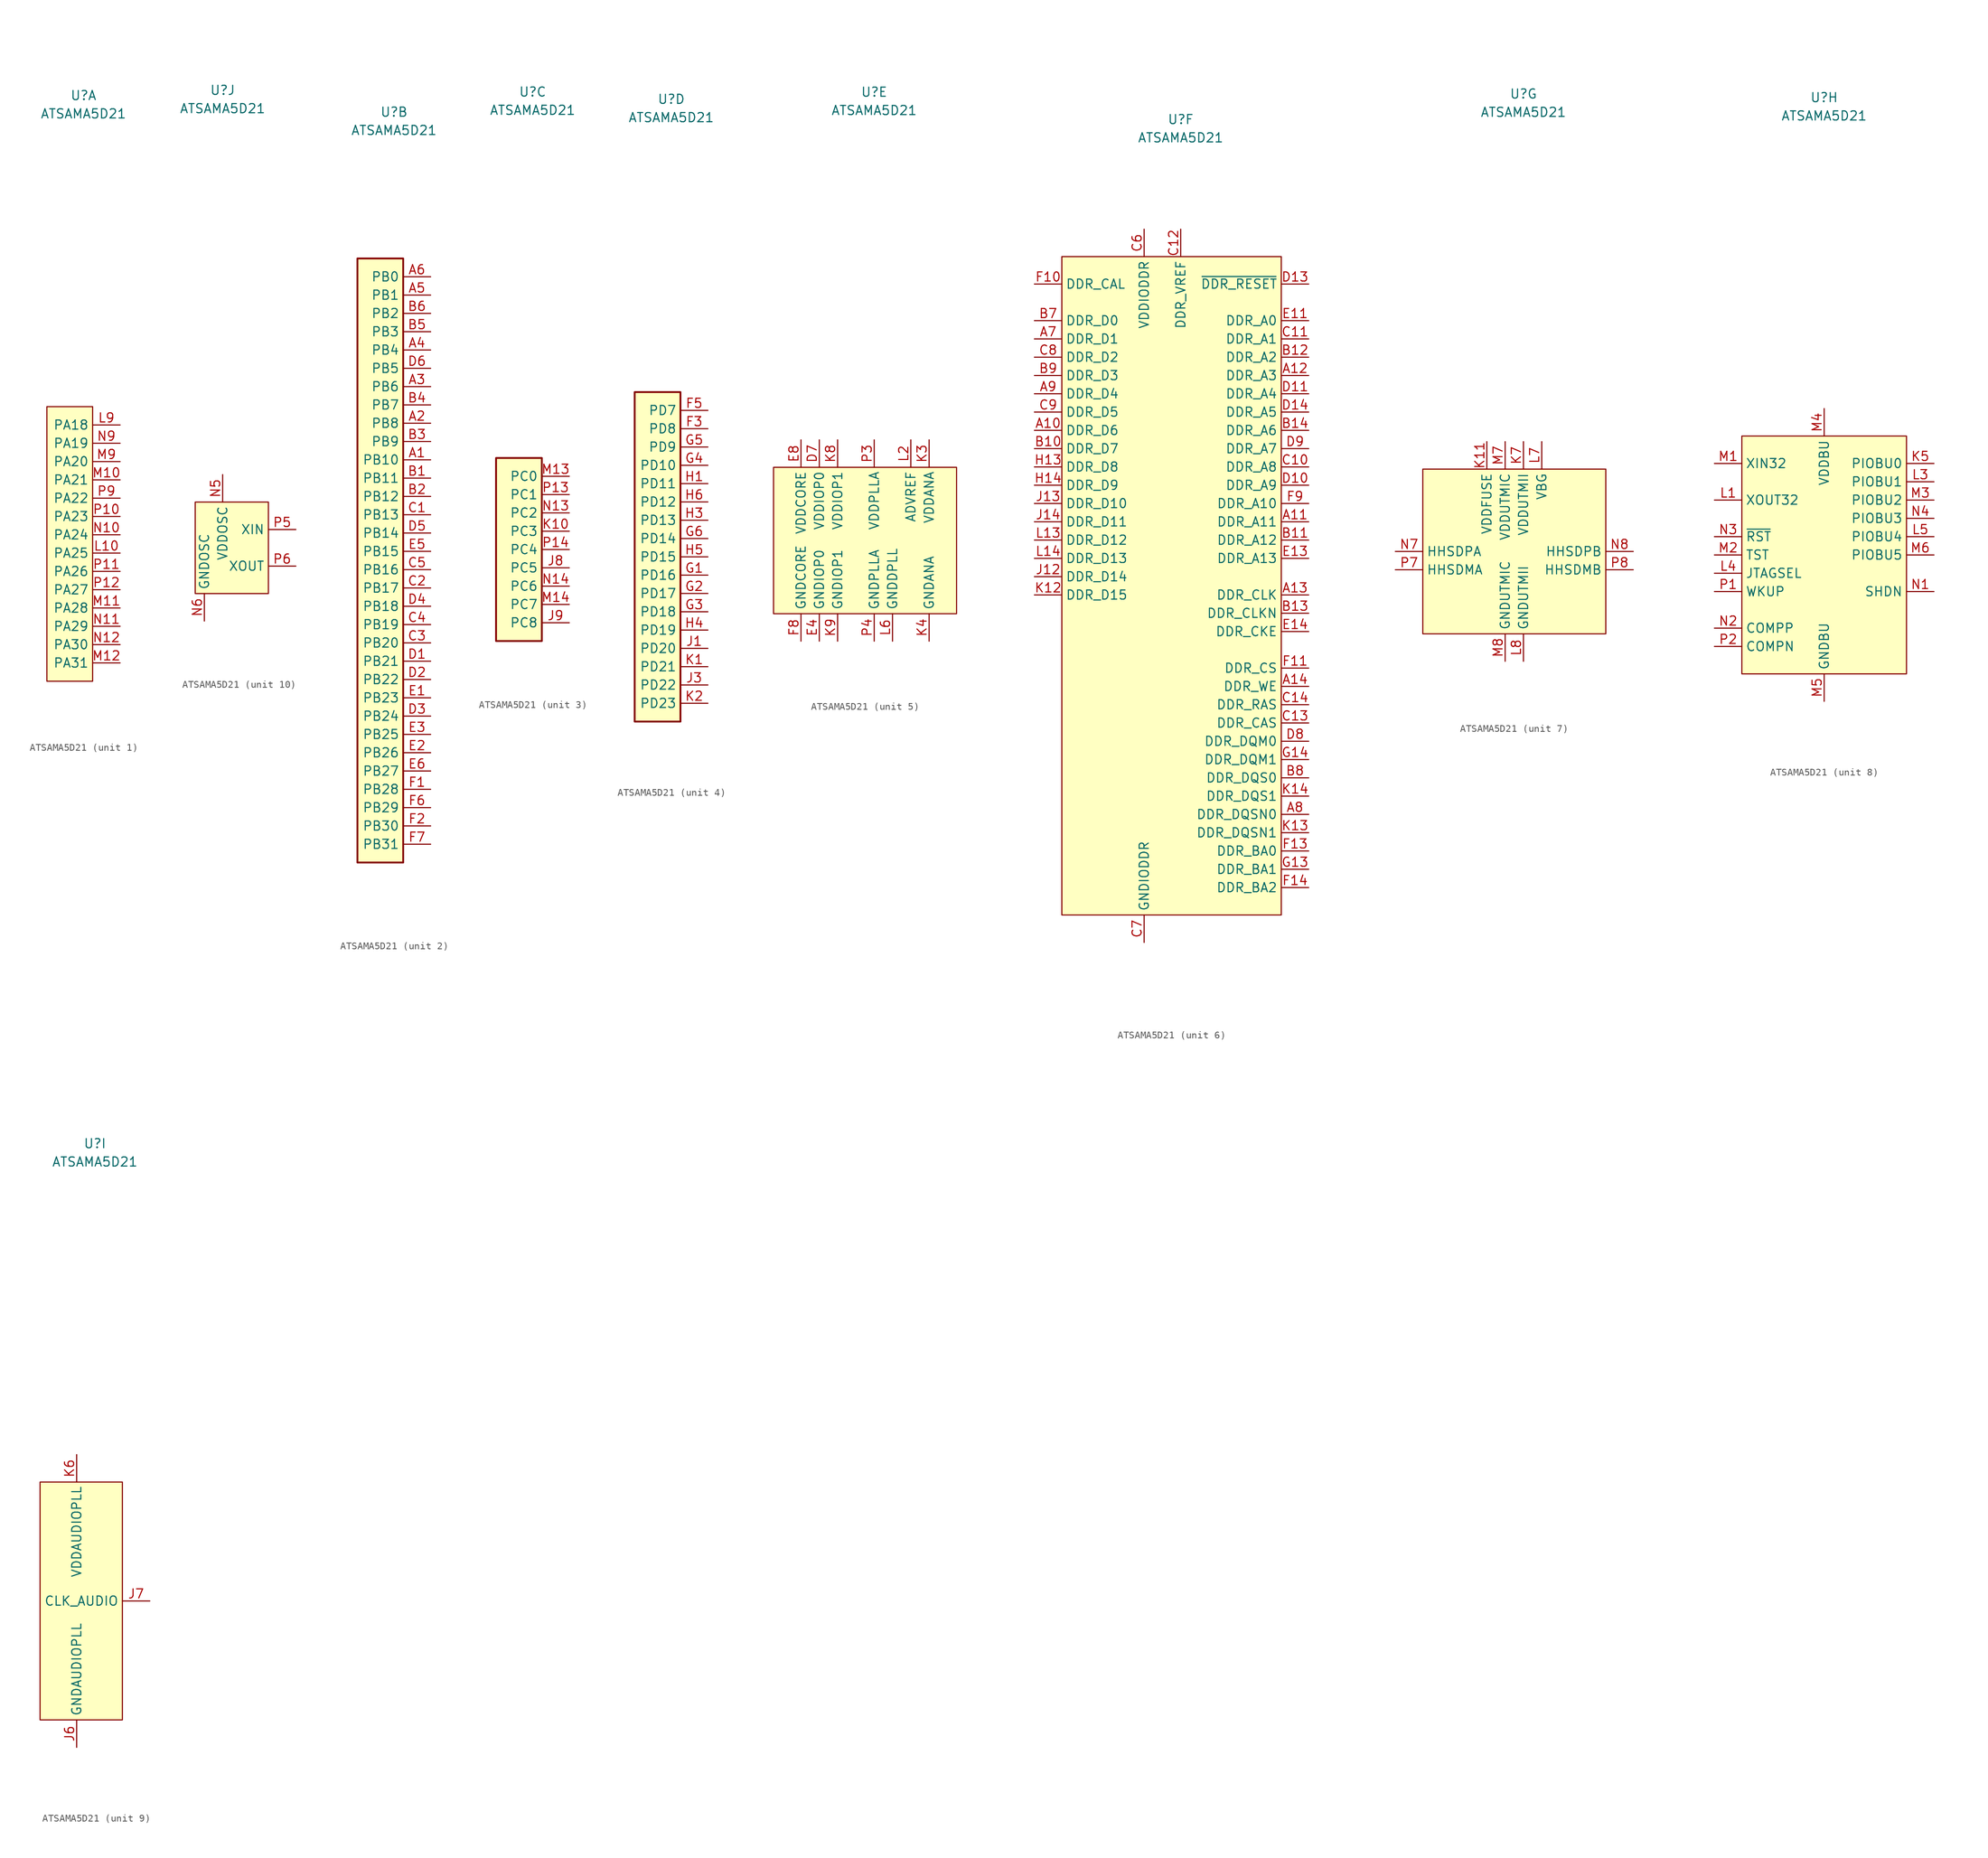
<source format=kicad_sym>
(kicad_symbol_lib
  (version 20211014)
  (generator kicad_symbol_editor)
  (symbol "ATSAMA5D21"
    (property "Reference" "U"
      (at 0 63.5 0)
      (effects (font (size 1.27 1.27))))
    (property "Value" "ATSAMA5D21"
      (at 0 60.96 0)
      (effects (font (size 1.27 1.27))))
    (property "ki_locked" ""
      (at 0 0 0)
      (effects (font (size 1.27 1.27))))
    (symbol "ATSAMA5D21_1_1"
      (rectangle (start 1.27 20.32) (end -5.08 -17.78) (stroke (width 0) (type default) (color 0 0 0 0)) (fill (type background)))
      (pin bidirectional line (at 5.08 0 180) (length 3.81) (name "PA25" (effects (font (size 1.27 1.27)))) (number "L10" (effects (font (size 1.27 1.27)))))
      (pin bidirectional line (at 5.08 17.78 180) (length 3.81) (name "PA18" (effects (font (size 1.27 1.27)))) (number "L9" (effects (font (size 1.27 1.27)))))
      (pin bidirectional line (at 5.08 10.16 180) (length 3.81) (name "PA21" (effects (font (size 1.27 1.27)))) (number "M10" (effects (font (size 1.27 1.27)))))
      (pin bidirectional line (at 5.08 -7.62 180) (length 3.81) (name "PA28" (effects (font (size 1.27 1.27)))) (number "M11" (effects (font (size 1.27 1.27)))))
      (pin bidirectional line (at 5.08 -15.24 180) (length 3.81) (name "PA31" (effects (font (size 1.27 1.27)))) (number "M12" (effects (font (size 1.27 1.27)))))
      (pin bidirectional line (at 5.08 12.7 180) (length 3.81) (name "PA20" (effects (font (size 1.27 1.27)))) (number "M9" (effects (font (size 1.27 1.27)))))
      (pin bidirectional line (at 5.08 2.54 180) (length 3.81) (name "PA24" (effects (font (size 1.27 1.27)))) (number "N10" (effects (font (size 1.27 1.27)))))
      (pin bidirectional line (at 5.08 -10.16 180) (length 3.81) (name "PA29" (effects (font (size 1.27 1.27)))) (number "N11" (effects (font (size 1.27 1.27)))))
      (pin bidirectional line (at 5.08 -12.7 180) (length 3.81) (name "PA30" (effects (font (size 1.27 1.27)))) (number "N12" (effects (font (size 1.27 1.27)))))
      (pin bidirectional line (at 5.08 15.24 180) (length 3.81) (name "PA19" (effects (font (size 1.27 1.27)))) (number "N9" (effects (font (size 1.27 1.27)))))
      (pin bidirectional line (at 5.08 5.08 180) (length 3.81) (name "PA23" (effects (font (size 1.27 1.27)))) (number "P10" (effects (font (size 1.27 1.27)))))
      (pin bidirectional line (at 5.08 -2.54 180) (length 3.81) (name "PA26" (effects (font (size 1.27 1.27)))) (number "P11" (effects (font (size 1.27 1.27)))))
      (pin bidirectional line (at 5.08 -5.08 180) (length 3.81) (name "PA27" (effects (font (size 1.27 1.27)))) (number "P12" (effects (font (size 1.27 1.27)))))
      (pin bidirectional line (at 5.08 7.62 180) (length 3.81) (name "PA22" (effects (font (size 1.27 1.27)))) (number "P9" (effects (font (size 1.27 1.27))))))
    (symbol "ATSAMA5D21_2_1"
      (rectangle (start -5.08 43.18) (end 1.27 -40.64) (stroke (width 0.254) (type default) (color 0 0 0 0)) (fill (type background)))
      (pin bidirectional line (at 5.08 15.24 180) (length 3.81) (name "PB10" (effects (font (size 1.27 1.27)))) (number "A1" (effects (font (size 1.27 1.27)))))
      (pin bidirectional line (at 5.08 20.32 180) (length 3.81) (name "PB8" (effects (font (size 1.27 1.27)))) (number "A2" (effects (font (size 1.27 1.27)))))
      (pin bidirectional line (at 5.08 25.4 180) (length 3.81) (name "PB6" (effects (font (size 1.27 1.27)))) (number "A3" (effects (font (size 1.27 1.27)))))
      (pin bidirectional line (at 5.08 30.48 180) (length 3.81) (name "PB4" (effects (font (size 1.27 1.27)))) (number "A4" (effects (font (size 1.27 1.27)))))
      (pin bidirectional line (at 5.08 38.1 180) (length 3.81) (name "PB1" (effects (font (size 1.27 1.27)))) (number "A5" (effects (font (size 1.27 1.27)))))
      (pin bidirectional line (at 5.08 40.64 180) (length 3.81) (name "PB0" (effects (font (size 1.27 1.27)))) (number "A6" (effects (font (size 1.27 1.27)))))
      (pin bidirectional line (at 5.08 12.7 180) (length 3.81) (name "PB11" (effects (font (size 1.27 1.27)))) (number "B1" (effects (font (size 1.27 1.27)))))
      (pin bidirectional line (at 5.08 10.16 180) (length 3.81) (name "PB12" (effects (font (size 1.27 1.27)))) (number "B2" (effects (font (size 1.27 1.27)))))
      (pin bidirectional line (at 5.08 17.78 180) (length 3.81) (name "PB9" (effects (font (size 1.27 1.27)))) (number "B3" (effects (font (size 1.27 1.27)))))
      (pin bidirectional line (at 5.08 22.86 180) (length 3.81) (name "PB7" (effects (font (size 1.27 1.27)))) (number "B4" (effects (font (size 1.27 1.27)))))
      (pin bidirectional line (at 5.08 33.02 180) (length 3.81) (name "PB3" (effects (font (size 1.27 1.27)))) (number "B5" (effects (font (size 1.27 1.27)))))
      (pin bidirectional line (at 5.08 35.56 180) (length 3.81) (name "PB2" (effects (font (size 1.27 1.27)))) (number "B6" (effects (font (size 1.27 1.27)))))
      (pin bidirectional line (at 5.08 7.62 180) (length 3.81) (name "PB13" (effects (font (size 1.27 1.27)))) (number "C1" (effects (font (size 1.27 1.27)))))
      (pin bidirectional line (at 5.08 -2.54 180) (length 3.81) (name "PB17" (effects (font (size 1.27 1.27)))) (number "C2" (effects (font (size 1.27 1.27)))))
      (pin bidirectional line (at 5.08 -10.16 180) (length 3.81) (name "PB20" (effects (font (size 1.27 1.27)))) (number "C3" (effects (font (size 1.27 1.27)))))
      (pin bidirectional line (at 5.08 -7.62 180) (length 3.81) (name "PB19" (effects (font (size 1.27 1.27)))) (number "C4" (effects (font (size 1.27 1.27)))))
      (pin bidirectional line (at 5.08 0 180) (length 3.81) (name "PB16" (effects (font (size 1.27 1.27)))) (number "C5" (effects (font (size 1.27 1.27)))))
      (pin bidirectional line (at 5.08 -12.7 180) (length 3.81) (name "PB21" (effects (font (size 1.27 1.27)))) (number "D1" (effects (font (size 1.27 1.27)))))
      (pin bidirectional line (at 5.08 -15.24 180) (length 3.81) (name "PB22" (effects (font (size 1.27 1.27)))) (number "D2" (effects (font (size 1.27 1.27)))))
      (pin bidirectional line (at 5.08 -20.32 180) (length 3.81) (name "PB24" (effects (font (size 1.27 1.27)))) (number "D3" (effects (font (size 1.27 1.27)))))
      (pin bidirectional line (at 5.08 -5.08 180) (length 3.81) (name "PB18" (effects (font (size 1.27 1.27)))) (number "D4" (effects (font (size 1.27 1.27)))))
      (pin bidirectional line (at 5.08 5.08 180) (length 3.81) (name "PB14" (effects (font (size 1.27 1.27)))) (number "D5" (effects (font (size 1.27 1.27)))))
      (pin bidirectional line (at 5.08 27.94 180) (length 3.81) (name "PB5" (effects (font (size 1.27 1.27)))) (number "D6" (effects (font (size 1.27 1.27)))))
      (pin bidirectional line (at 5.08 -17.78 180) (length 3.81) (name "PB23" (effects (font (size 1.27 1.27)))) (number "E1" (effects (font (size 1.27 1.27)))))
      (pin bidirectional line (at 5.08 -25.4 180) (length 3.81) (name "PB26" (effects (font (size 1.27 1.27)))) (number "E2" (effects (font (size 1.27 1.27)))))
      (pin bidirectional line (at 5.08 -22.86 180) (length 3.81) (name "PB25" (effects (font (size 1.27 1.27)))) (number "E3" (effects (font (size 1.27 1.27)))))
      (pin bidirectional line (at 5.08 2.54 180) (length 3.81) (name "PB15" (effects (font (size 1.27 1.27)))) (number "E5" (effects (font (size 1.27 1.27)))))
      (pin bidirectional line (at 5.08 -27.94 180) (length 3.81) (name "PB27" (effects (font (size 1.27 1.27)))) (number "E6" (effects (font (size 1.27 1.27)))))
      (pin bidirectional line (at 5.08 -30.48 180) (length 3.81) (name "PB28" (effects (font (size 1.27 1.27)))) (number "F1" (effects (font (size 1.27 1.27)))))
      (pin bidirectional line (at 5.08 -35.56 180) (length 3.81) (name "PB30" (effects (font (size 1.27 1.27)))) (number "F2" (effects (font (size 1.27 1.27)))))
      (pin bidirectional line (at 5.08 -33.02 180) (length 3.81) (name "PB29" (effects (font (size 1.27 1.27)))) (number "F6" (effects (font (size 1.27 1.27)))))
      (pin bidirectional line (at 5.08 -38.1 180) (length 3.81) (name "PB31" (effects (font (size 1.27 1.27)))) (number "F7" (effects (font (size 1.27 1.27))))))
    (symbol "ATSAMA5D21_3_1"
      (rectangle (start -5.08 -12.7) (end 1.27 12.7) (stroke (width 0.254) (type default) (color 0 0 0 0)) (fill (type background)))
      (pin bidirectional line (at 5.08 -2.54 180) (length 3.81) (name "PC5" (effects (font (size 1.27 1.27)))) (number "J8" (effects (font (size 1.27 1.27)))))
      (pin bidirectional line (at 5.08 -10.16 180) (length 3.81) (name "PC8" (effects (font (size 1.27 1.27)))) (number "J9" (effects (font (size 1.27 1.27)))))
      (pin bidirectional line (at 5.08 2.54 180) (length 3.81) (name "PC3" (effects (font (size 1.27 1.27)))) (number "K10" (effects (font (size 1.27 1.27)))))
      (pin bidirectional line (at 5.08 10.16 180) (length 3.81) (name "PC0" (effects (font (size 1.27 1.27)))) (number "M13" (effects (font (size 1.27 1.27)))))
      (pin bidirectional line (at 5.08 -7.62 180) (length 3.81) (name "PC7" (effects (font (size 1.27 1.27)))) (number "M14" (effects (font (size 1.27 1.27)))))
      (pin bidirectional line (at 5.08 5.08 180) (length 3.81) (name "PC2" (effects (font (size 1.27 1.27)))) (number "N13" (effects (font (size 1.27 1.27)))))
      (pin bidirectional line (at 5.08 -5.08 180) (length 3.81) (name "PC6" (effects (font (size 1.27 1.27)))) (number "N14" (effects (font (size 1.27 1.27)))))
      (pin bidirectional line (at 5.08 7.62 180) (length 3.81) (name "PC1" (effects (font (size 1.27 1.27)))) (number "P13" (effects (font (size 1.27 1.27)))))
      (pin bidirectional line (at 5.08 0 180) (length 3.81) (name "PC4" (effects (font (size 1.27 1.27)))) (number "P14" (effects (font (size 1.27 1.27))))))
    (symbol "ATSAMA5D21_4_1"
      (rectangle (start -5.08 22.86) (end 1.27 -22.86) (stroke (width 0.254) (type default) (color 0 0 0 0)) (fill (type background)))
      (pin bidirectional line (at 5.08 17.78 180) (length 3.81) (name "PD8" (effects (font (size 1.27 1.27)))) (number "F3" (effects (font (size 1.27 1.27)))))
      (pin bidirectional line (at 5.08 20.32 180) (length 3.81) (name "PD7" (effects (font (size 1.27 1.27)))) (number "F5" (effects (font (size 1.27 1.27)))))
      (pin bidirectional line (at 5.08 -2.54 180) (length 3.81) (name "PD16" (effects (font (size 1.27 1.27)))) (number "G1" (effects (font (size 1.27 1.27)))))
      (pin bidirectional line (at 5.08 -5.08 180) (length 3.81) (name "PD17" (effects (font (size 1.27 1.27)))) (number "G2" (effects (font (size 1.27 1.27)))))
      (pin bidirectional line (at 5.08 -7.62 180) (length 3.81) (name "PD18" (effects (font (size 1.27 1.27)))) (number "G3" (effects (font (size 1.27 1.27)))))
      (pin bidirectional line (at 5.08 12.7 180) (length 3.81) (name "PD10" (effects (font (size 1.27 1.27)))) (number "G4" (effects (font (size 1.27 1.27)))))
      (pin bidirectional line (at 5.08 15.24 180) (length 3.81) (name "PD9" (effects (font (size 1.27 1.27)))) (number "G5" (effects (font (size 1.27 1.27)))))
      (pin bidirectional line (at 5.08 2.54 180) (length 3.81) (name "PD14" (effects (font (size 1.27 1.27)))) (number "G6" (effects (font (size 1.27 1.27)))))
      (pin bidirectional line (at 5.08 10.16 180) (length 3.81) (name "PD11" (effects (font (size 1.27 1.27)))) (number "H1" (effects (font (size 1.27 1.27)))))
      (pin bidirectional line (at 5.08 5.08 180) (length 3.81) (name "PD13" (effects (font (size 1.27 1.27)))) (number "H3" (effects (font (size 1.27 1.27)))))
      (pin bidirectional line (at 5.08 -10.16 180) (length 3.81) (name "PD19" (effects (font (size 1.27 1.27)))) (number "H4" (effects (font (size 1.27 1.27)))))
      (pin bidirectional line (at 5.08 0 180) (length 3.81) (name "PD15" (effects (font (size 1.27 1.27)))) (number "H5" (effects (font (size 1.27 1.27)))))
      (pin bidirectional line (at 5.08 7.62 180) (length 3.81) (name "PD12" (effects (font (size 1.27 1.27)))) (number "H6" (effects (font (size 1.27 1.27)))))
      (pin bidirectional line (at 5.08 -12.7 180) (length 3.81) (name "PD20" (effects (font (size 1.27 1.27)))) (number "J1" (effects (font (size 1.27 1.27)))))
      (pin bidirectional line (at 5.08 -17.78 180) (length 3.81) (name "PD22" (effects (font (size 1.27 1.27)))) (number "J3" (effects (font (size 1.27 1.27)))))
      (pin bidirectional line (at 5.08 -15.24 180) (length 3.81) (name "PD21" (effects (font (size 1.27 1.27)))) (number "K1" (effects (font (size 1.27 1.27)))))
      (pin bidirectional line (at 5.08 -20.32 180) (length 3.81) (name "PD23" (effects (font (size 1.27 1.27)))) (number "K2" (effects (font (size 1.27 1.27))))))
    (symbol "ATSAMA5D21_5_1"
      (rectangle (start -13.97 11.43) (end 11.43 -8.89) (stroke (width 0) (type default) (color 0 0 0 0)) (fill (type background)))
      (pin power_in line (at -7.62 15.24 270) (length 3.81) (name "VDDIOP0" (effects (font (size 1.27 1.27)))) (number "D7" (effects (font (size 1.27 1.27)))))
      (pin power_in line (at -7.62 -12.7 90) (length 3.81) (name "GNDIOP0" (effects (font (size 1.27 1.27)))) (number "E4" (effects (font (size 1.27 1.27)))))
      (pin passive line (at -7.62 -12.7 90) (length 3.81) hide (name "GNDIOP0" (effects (font (size 1.27 1.27)))) (number "E7" (effects (font (size 1.27 1.27)))))
      (pin power_in line (at -10.16 15.24 270) (length 3.81) (name "VDDCORE" (effects (font (size 1.27 1.27)))) (number "E8" (effects (font (size 1.27 1.27)))))
      (pin passive line (at -7.62 15.24 270) (length 3.81) hide (name "VDDIOP0" (effects (font (size 1.27 1.27)))) (number "F4" (effects (font (size 1.27 1.27)))))
      (pin power_in line (at -10.16 -12.7 90) (length 3.81) (name "GNDCORE" (effects (font (size 1.27 1.27)))) (number "F8" (effects (font (size 1.27 1.27)))))
      (pin passive line (at -10.16 -12.7 90) (length 3.81) hide (name "GNDCORE" (effects (font (size 1.27 1.27)))) (number "G7" (effects (font (size 1.27 1.27)))))
      (pin passive line (at -10.16 15.24 270) (length 3.81) hide (name "VDDCORE" (effects (font (size 1.27 1.27)))) (number "G8" (effects (font (size 1.27 1.27)))))
      (pin passive line (at -10.16 -12.7 90) (length 3.81) hide (name "GNDCORE" (effects (font (size 1.27 1.27)))) (number "G9" (effects (font (size 1.27 1.27)))))
      (pin passive line (at 7.62 15.24 270) (length 3.81) hide (name "VDDANA" (effects (font (size 1.27 1.27)))) (number "H2" (effects (font (size 1.27 1.27)))))
      (pin passive line (at -10.16 -12.7 90) (length 3.81) hide (name "GNDCORE" (effects (font (size 1.27 1.27)))) (number "H7" (effects (font (size 1.27 1.27)))))
      (pin passive line (at -10.16 15.24 270) (length 3.81) hide (name "VDDCORE" (effects (font (size 1.27 1.27)))) (number "H8" (effects (font (size 1.27 1.27)))))
      (pin passive line (at -10.16 15.24 270) (length 3.81) hide (name "VDDCORE" (effects (font (size 1.27 1.27)))) (number "H9" (effects (font (size 1.27 1.27)))))
      (pin passive line (at 7.62 -12.7 90) (length 3.81) hide (name "GNDANA" (effects (font (size 1.27 1.27)))) (number "J2" (effects (font (size 1.27 1.27)))))
      (pin passive line (at -10.16 -12.7 90) (length 3.81) hide (name "GNDCORE" (effects (font (size 1.27 1.27)))) (number "J4" (effects (font (size 1.27 1.27)))))
      (pin passive line (at -10.16 15.24 270) (length 3.81) hide (name "VDDCORE" (effects (font (size 1.27 1.27)))) (number "J5" (effects (font (size 1.27 1.27)))))
      (pin power_in line (at 7.62 15.24 270) (length 3.81) (name "VDDANA" (effects (font (size 1.27 1.27)))) (number "K3" (effects (font (size 1.27 1.27)))))
      (pin power_in line (at 7.62 -12.7 90) (length 3.81) (name "GNDANA" (effects (font (size 1.27 1.27)))) (number "K4" (effects (font (size 1.27 1.27)))))
      (pin power_in line (at -5.08 15.24 270) (length 3.81) (name "VDDIOP1" (effects (font (size 1.27 1.27)))) (number "K8" (effects (font (size 1.27 1.27)))))
      (pin power_in line (at -5.08 -12.7 90) (length 3.81) (name "GNDIOP1" (effects (font (size 1.27 1.27)))) (number "K9" (effects (font (size 1.27 1.27)))))
      (pin passive line (at -5.08 15.24 270) (length 3.81) hide (name "VDDIOP1" (effects (font (size 1.27 1.27)))) (number "L11" (effects (font (size 1.27 1.27)))))
      (pin passive line (at -5.08 -12.7 90) (length 3.81) hide (name "GNDIOP1" (effects (font (size 1.27 1.27)))) (number "L12" (effects (font (size 1.27 1.27)))))
      (pin power_in line (at 5.08 15.24 270) (length 3.81) (name "ADVREF" (effects (font (size 1.27 1.27)))) (number "L2" (effects (font (size 1.27 1.27)))))
      (pin power_in line (at 2.54 -12.7 90) (length 3.81) (name "GNDDPLL" (effects (font (size 1.27 1.27)))) (number "L6" (effects (font (size 1.27 1.27)))))
      (pin power_in line (at 0 15.24 270) (length 3.81) (name "VDDPLLA" (effects (font (size 1.27 1.27)))) (number "P3" (effects (font (size 1.27 1.27)))))
      (pin power_in line (at 0 -12.7 90) (length 3.81) (name "GNDPLLA" (effects (font (size 1.27 1.27)))) (number "P4" (effects (font (size 1.27 1.27))))))
    (symbol "ATSAMA5D21_6_1"
      (rectangle (start -16.51 44.45) (end 13.97 -46.99) (stroke (width 0) (type default) (color 0 0 0 0)) (fill (type background)))
      (pin bidirectional line (at -20.32 20.32 0) (length 3.81) (name "DDR_D6" (effects (font (size 1.27 1.27)))) (number "A10" (effects (font (size 1.27 1.27)))))
      (pin output line (at 17.78 7.62 180) (length 3.81) (name "DDR_A11" (effects (font (size 1.27 1.27)))) (number "A11" (effects (font (size 1.27 1.27)))))
      (pin output line (at 17.78 27.94 180) (length 3.81) (name "DDR_A3" (effects (font (size 1.27 1.27)))) (number "A12" (effects (font (size 1.27 1.27)))))
      (pin output line (at 17.78 -2.54 180) (length 3.81) (name "DDR_CLK" (effects (font (size 1.27 1.27)))) (number "A13" (effects (font (size 1.27 1.27)))))
      (pin output line (at 17.78 -15.24 180) (length 3.81) (name "DDR_WE" (effects (font (size 1.27 1.27)))) (number "A14" (effects (font (size 1.27 1.27)))))
      (pin bidirectional line (at -20.32 33.02 0) (length 3.81) (name "DDR_D1" (effects (font (size 1.27 1.27)))) (number "A7" (effects (font (size 1.27 1.27)))))
      (pin output line (at 17.78 -33.02 180) (length 3.81) (name "DDR_DQSN0" (effects (font (size 1.27 1.27)))) (number "A8" (effects (font (size 1.27 1.27)))))
      (pin bidirectional line (at -20.32 25.4 0) (length 3.81) (name "DDR_D4" (effects (font (size 1.27 1.27)))) (number "A9" (effects (font (size 1.27 1.27)))))
      (pin bidirectional line (at -20.32 17.78 0) (length 3.81) (name "DDR_D7" (effects (font (size 1.27 1.27)))) (number "B10" (effects (font (size 1.27 1.27)))))
      (pin output line (at 17.78 5.08 180) (length 3.81) (name "DDR_A12" (effects (font (size 1.27 1.27)))) (number "B11" (effects (font (size 1.27 1.27)))))
      (pin output line (at 17.78 30.48 180) (length 3.81) (name "DDR_A2" (effects (font (size 1.27 1.27)))) (number "B12" (effects (font (size 1.27 1.27)))))
      (pin output line (at 17.78 -5.08 180) (length 3.81) (name "DDR_CLKN" (effects (font (size 1.27 1.27)))) (number "B13" (effects (font (size 1.27 1.27)))))
      (pin output line (at 17.78 20.32 180) (length 3.81) (name "DDR_A6" (effects (font (size 1.27 1.27)))) (number "B14" (effects (font (size 1.27 1.27)))))
      (pin bidirectional line (at -20.32 35.56 0) (length 3.81) (name "DDR_D0" (effects (font (size 1.27 1.27)))) (number "B7" (effects (font (size 1.27 1.27)))))
      (pin output line (at 17.78 -27.94 180) (length 3.81) (name "DDR_DQS0" (effects (font (size 1.27 1.27)))) (number "B8" (effects (font (size 1.27 1.27)))))
      (pin bidirectional line (at -20.32 27.94 0) (length 3.81) (name "DDR_D3" (effects (font (size 1.27 1.27)))) (number "B9" (effects (font (size 1.27 1.27)))))
      (pin output line (at 17.78 15.24 180) (length 3.81) (name "DDR_A8" (effects (font (size 1.27 1.27)))) (number "C10" (effects (font (size 1.27 1.27)))))
      (pin output line (at 17.78 33.02 180) (length 3.81) (name "DDR_A1" (effects (font (size 1.27 1.27)))) (number "C11" (effects (font (size 1.27 1.27)))))
      (pin power_in line (at 0 48.26 270) (length 3.81) (name "DDR_VREF" (effects (font (size 1.27 1.27)))) (number "C12" (effects (font (size 1.27 1.27)))))
      (pin output line (at 17.78 -20.32 180) (length 3.81) (name "DDR_CAS" (effects (font (size 1.27 1.27)))) (number "C13" (effects (font (size 1.27 1.27)))))
      (pin output line (at 17.78 -17.78 180) (length 3.81) (name "DDR_RAS" (effects (font (size 1.27 1.27)))) (number "C14" (effects (font (size 1.27 1.27)))))
      (pin power_in line (at -5.08 48.26 270) (length 3.81) (name "VDDIODDR" (effects (font (size 1.27 1.27)))) (number "C6" (effects (font (size 1.27 1.27)))))
      (pin power_in line (at -5.08 -50.8 90) (length 3.81) (name "GNDIODDR" (effects (font (size 1.27 1.27)))) (number "C7" (effects (font (size 1.27 1.27)))))
      (pin bidirectional line (at -20.32 30.48 0) (length 3.81) (name "DDR_D2" (effects (font (size 1.27 1.27)))) (number "C8" (effects (font (size 1.27 1.27)))))
      (pin bidirectional line (at -20.32 22.86 0) (length 3.81) (name "DDR_D5" (effects (font (size 1.27 1.27)))) (number "C9" (effects (font (size 1.27 1.27)))))
      (pin output line (at 17.78 12.7 180) (length 3.81) (name "DDR_A9" (effects (font (size 1.27 1.27)))) (number "D10" (effects (font (size 1.27 1.27)))))
      (pin output line (at 17.78 25.4 180) (length 3.81) (name "DDR_A4" (effects (font (size 1.27 1.27)))) (number "D11" (effects (font (size 1.27 1.27)))))
      (pin passive line (at -5.08 -50.8 90) (length 3.81) hide (name "GNDIODDR" (effects (font (size 1.27 1.27)))) (number "D12" (effects (font (size 1.27 1.27)))))
      (pin output line (at 17.78 40.64 180) (length 3.81) (name "~{DDR_RESET}" (effects (font (size 1.27 1.27)))) (number "D13" (effects (font (size 1.27 1.27)))))
      (pin output line (at 17.78 22.86 180) (length 3.81) (name "DDR_A5" (effects (font (size 1.27 1.27)))) (number "D14" (effects (font (size 1.27 1.27)))))
      (pin output line (at 17.78 -22.86 180) (length 3.81) (name "DDR_DQM0" (effects (font (size 1.27 1.27)))) (number "D8" (effects (font (size 1.27 1.27)))))
      (pin output line (at 17.78 17.78 180) (length 3.81) (name "DDR_A7" (effects (font (size 1.27 1.27)))) (number "D9" (effects (font (size 1.27 1.27)))))
      (pin passive line (at -5.08 48.26 270) (length 3.81) hide (name "VDDIODDR" (effects (font (size 1.27 1.27)))) (number "E10" (effects (font (size 1.27 1.27)))))
      (pin output line (at 17.78 35.56 180) (length 3.81) (name "DDR_A0" (effects (font (size 1.27 1.27)))) (number "E11" (effects (font (size 1.27 1.27)))))
      (pin passive line (at -5.08 48.26 270) (length 3.81) hide (name "VDDIODDR" (effects (font (size 1.27 1.27)))) (number "E12" (effects (font (size 1.27 1.27)))))
      (pin output line (at 17.78 2.54 180) (length 3.81) (name "DDR_A13" (effects (font (size 1.27 1.27)))) (number "E13" (effects (font (size 1.27 1.27)))))
      (pin output line (at 17.78 -7.62 180) (length 3.81) (name "DDR_CKE" (effects (font (size 1.27 1.27)))) (number "E14" (effects (font (size 1.27 1.27)))))
      (pin passive line (at -5.08 -50.8 90) (length 3.81) hide (name "GNDIODDR" (effects (font (size 1.27 1.27)))) (number "E9" (effects (font (size 1.27 1.27)))))
      (pin input line (at -20.32 40.64 0) (length 3.81) (name "DDR_CAL" (effects (font (size 1.27 1.27)))) (number "F10" (effects (font (size 1.27 1.27)))))
      (pin output line (at 17.78 -12.7 180) (length 3.81) (name "DDR_CS" (effects (font (size 1.27 1.27)))) (number "F11" (effects (font (size 1.27 1.27)))))
      (pin passive line (at -5.08 -50.8 90) (length 3.81) hide (name "GNDIODDR" (effects (font (size 1.27 1.27)))) (number "F12" (effects (font (size 1.27 1.27)))))
      (pin output line (at 17.78 -38.1 180) (length 3.81) (name "DDR_BA0" (effects (font (size 1.27 1.27)))) (number "F13" (effects (font (size 1.27 1.27)))))
      (pin output line (at 17.78 -43.18 180) (length 3.81) (name "DDR_BA2" (effects (font (size 1.27 1.27)))) (number "F14" (effects (font (size 1.27 1.27)))))
      (pin output line (at 17.78 10.16 180) (length 3.81) (name "DDR_A10" (effects (font (size 1.27 1.27)))) (number "F9" (effects (font (size 1.27 1.27)))))
      (pin passive line (at -5.08 48.26 270) (length 3.81) hide (name "VDDIODDR" (effects (font (size 1.27 1.27)))) (number "G10" (effects (font (size 1.27 1.27)))))
      (pin passive line (at -5.08 -50.8 90) (length 3.81) hide (name "GNDIODDR" (effects (font (size 1.27 1.27)))) (number "G11" (effects (font (size 1.27 1.27)))))
      (pin passive line (at -5.08 48.26 270) (length 3.81) hide (name "VDDIODDR" (effects (font (size 1.27 1.27)))) (number "G12" (effects (font (size 1.27 1.27)))))
      (pin output line (at 17.78 -40.64 180) (length 3.81) (name "DDR_BA1" (effects (font (size 1.27 1.27)))) (number "G13" (effects (font (size 1.27 1.27)))))
      (pin output line (at 17.78 -25.4 180) (length 3.81) (name "DDR_DQM1" (effects (font (size 1.27 1.27)))) (number "G14" (effects (font (size 1.27 1.27)))))
      (pin passive line (at -5.08 -50.8 90) (length 3.81) hide (name "GNDIODDR" (effects (font (size 1.27 1.27)))) (number "H10" (effects (font (size 1.27 1.27)))))
      (pin passive line (at -5.08 48.26 270) (length 3.81) hide (name "VDDIODDR" (effects (font (size 1.27 1.27)))) (number "H11" (effects (font (size 1.27 1.27)))))
      (pin passive line (at 0 48.26 270) (length 3.81) hide (name "DDR_VREF" (effects (font (size 1.27 1.27)))) (number "H12" (effects (font (size 1.27 1.27)))))
      (pin bidirectional line (at -20.32 15.24 0) (length 3.81) (name "DDR_D8" (effects (font (size 1.27 1.27)))) (number "H13" (effects (font (size 1.27 1.27)))))
      (pin bidirectional line (at -20.32 12.7 0) (length 3.81) (name "DDR_D9" (effects (font (size 1.27 1.27)))) (number "H14" (effects (font (size 1.27 1.27)))))
      (pin passive line (at -5.08 48.26 270) (length 3.81) hide (name "VDDIODDR" (effects (font (size 1.27 1.27)))) (number "J10" (effects (font (size 1.27 1.27)))))
      (pin passive line (at -5.08 -50.8 90) (length 3.81) hide (name "GNDIODDR" (effects (font (size 1.27 1.27)))) (number "J11" (effects (font (size 1.27 1.27)))))
      (pin bidirectional line (at -20.32 0 0) (length 3.81) (name "DDR_D14" (effects (font (size 1.27 1.27)))) (number "J12" (effects (font (size 1.27 1.27)))))
      (pin bidirectional line (at -20.32 10.16 0) (length 3.81) (name "DDR_D10" (effects (font (size 1.27 1.27)))) (number "J13" (effects (font (size 1.27 1.27)))))
      (pin bidirectional line (at -20.32 7.62 0) (length 3.81) (name "DDR_D11" (effects (font (size 1.27 1.27)))) (number "J14" (effects (font (size 1.27 1.27)))))
      (pin bidirectional line (at -20.32 -2.54 0) (length 3.81) (name "DDR_D15" (effects (font (size 1.27 1.27)))) (number "K12" (effects (font (size 1.27 1.27)))))
      (pin output line (at 17.78 -35.56 180) (length 3.81) (name "DDR_DQSN1" (effects (font (size 1.27 1.27)))) (number "K13" (effects (font (size 1.27 1.27)))))
      (pin output line (at 17.78 -30.48 180) (length 3.81) (name "DDR_DQS1" (effects (font (size 1.27 1.27)))) (number "K14" (effects (font (size 1.27 1.27)))))
      (pin bidirectional line (at -20.32 5.08 0) (length 3.81) (name "DDR_D12" (effects (font (size 1.27 1.27)))) (number "L13" (effects (font (size 1.27 1.27)))))
      (pin bidirectional line (at -20.32 2.54 0) (length 3.81) (name "DDR_D13" (effects (font (size 1.27 1.27)))) (number "L14" (effects (font (size 1.27 1.27))))))
    (symbol "ATSAMA5D21_7_1"
      (rectangle (start -13.97 11.43) (end 11.43 -11.43) (stroke (width 0) (type default) (color 0 0 0 0)) (fill (type background)))
      (pin power_in line (at -5.08 15.24 270) (length 3.81) (name "VDDFUSE" (effects (font (size 1.27 1.27)))) (number "K11" (effects (font (size 1.27 1.27)))))
      (pin power_in line (at 0 15.24 270) (length 3.81) (name "VDDUTMII" (effects (font (size 1.27 1.27)))) (number "K7" (effects (font (size 1.27 1.27)))))
      (pin power_in line (at 2.54 15.24 270) (length 3.81) (name "VBG" (effects (font (size 1.27 1.27)))) (number "L7" (effects (font (size 1.27 1.27)))))
      (pin power_in line (at 0 -15.24 90) (length 3.81) (name "GNDUTMII" (effects (font (size 1.27 1.27)))) (number "L8" (effects (font (size 1.27 1.27)))))
      (pin power_in line (at -2.54 15.24 270) (length 3.81) (name "VDDUTMIC" (effects (font (size 1.27 1.27)))) (number "M7" (effects (font (size 1.27 1.27)))))
      (pin power_in line (at -2.54 -15.24 90) (length 3.81) (name "GNDUTMIC" (effects (font (size 1.27 1.27)))) (number "M8" (effects (font (size 1.27 1.27)))))
      (pin bidirectional line (at -17.78 0 0) (length 3.81) (name "HHSDPA" (effects (font (size 1.27 1.27)))) (number "N7" (effects (font (size 1.27 1.27)))))
      (pin bidirectional line (at 15.24 0 180) (length 3.81) (name "HHSDPB" (effects (font (size 1.27 1.27)))) (number "N8" (effects (font (size 1.27 1.27)))))
      (pin bidirectional line (at -17.78 -2.54 0) (length 3.81) (name "HHSDMA" (effects (font (size 1.27 1.27)))) (number "P7" (effects (font (size 1.27 1.27)))))
      (pin bidirectional line (at 15.24 -2.54 180) (length 3.81) (name "HHSDMB" (effects (font (size 1.27 1.27)))) (number "P8" (effects (font (size 1.27 1.27))))))
    (symbol "ATSAMA5D21_8_1"
      (rectangle (start -11.43 16.51) (end 11.43 -16.51) (stroke (width 0) (type default) (color 0 0 0 0)) (fill (type background)))
      (pin bidirectional line (at 15.24 12.7 180) (length 3.81) (name "PIOBU0" (effects (font (size 1.27 1.27)))) (number "K5" (effects (font (size 1.27 1.27)))))
      (pin output line (at -15.24 7.62 0) (length 3.81) (name "XOUT32" (effects (font (size 1.27 1.27)))) (number "L1" (effects (font (size 1.27 1.27)))))
      (pin bidirectional line (at 15.24 10.16 180) (length 3.81) (name "PIOBU1" (effects (font (size 1.27 1.27)))) (number "L3" (effects (font (size 1.27 1.27)))))
      (pin input line (at -15.24 -2.54 0) (length 3.81) (name "JTAGSEL" (effects (font (size 1.27 1.27)))) (number "L4" (effects (font (size 1.27 1.27)))))
      (pin bidirectional line (at 15.24 2.54 180) (length 3.81) (name "PIOBU4" (effects (font (size 1.27 1.27)))) (number "L5" (effects (font (size 1.27 1.27)))))
      (pin input line (at -15.24 12.7 0) (length 3.81) (name "XIN32" (effects (font (size 1.27 1.27)))) (number "M1" (effects (font (size 1.27 1.27)))))
      (pin input line (at -15.24 0 0) (length 3.81) (name "TST" (effects (font (size 1.27 1.27)))) (number "M2" (effects (font (size 1.27 1.27)))))
      (pin bidirectional line (at 15.24 7.62 180) (length 3.81) (name "PIOBU2" (effects (font (size 1.27 1.27)))) (number "M3" (effects (font (size 1.27 1.27)))))
      (pin power_in line (at 0 20.32 270) (length 3.81) (name "VDDBU" (effects (font (size 1.27 1.27)))) (number "M4" (effects (font (size 1.27 1.27)))))
      (pin power_in line (at 0 -20.32 90) (length 3.81) (name "GNDBU" (effects (font (size 1.27 1.27)))) (number "M5" (effects (font (size 1.27 1.27)))))
      (pin bidirectional line (at 15.24 0 180) (length 3.81) (name "PIOBU5" (effects (font (size 1.27 1.27)))) (number "M6" (effects (font (size 1.27 1.27)))))
      (pin output line (at 15.24 -5.08 180) (length 3.81) (name "SHDN" (effects (font (size 1.27 1.27)))) (number "N1" (effects (font (size 1.27 1.27)))))
      (pin input line (at -15.24 -10.16 0) (length 3.81) (name "COMPP" (effects (font (size 1.27 1.27)))) (number "N2" (effects (font (size 1.27 1.27)))))
      (pin input line (at -15.24 2.54 0) (length 3.81) (name "~{RST}" (effects (font (size 1.27 1.27)))) (number "N3" (effects (font (size 1.27 1.27)))))
      (pin bidirectional line (at 15.24 5.08 180) (length 3.81) (name "PIOBU3" (effects (font (size 1.27 1.27)))) (number "N4" (effects (font (size 1.27 1.27)))))
      (pin input line (at -15.24 -5.08 0) (length 3.81) (name "WKUP" (effects (font (size 1.27 1.27)))) (number "P1" (effects (font (size 1.27 1.27)))))
      (pin input line (at -15.24 -12.7 0) (length 3.81) (name "COMPN" (effects (font (size 1.27 1.27)))) (number "P2" (effects (font (size 1.27 1.27))))))
    (symbol "ATSAMA5D21_9_1"
      (rectangle (start -7.62 16.51) (end 3.81 -16.51) (stroke (width 0) (type default) (color 0 0 0 0)) (fill (type background)))
      (pin power_in line (at -2.54 -20.32 90) (length 3.81) (name "GNDAUDIOPLL" (effects (font (size 1.27 1.27)))) (number "J6" (effects (font (size 1.27 1.27)))))
      (pin output line (at 7.62 0 180) (length 3.81) (name "CLK_AUDIO" (effects (font (size 1.27 1.27)))) (number "J7" (effects (font (size 1.27 1.27)))))
      (pin power_in line (at -2.54 20.32 270) (length 3.81) (name "VDDAUDIOPLL" (effects (font (size 1.27 1.27)))) (number "K6" (effects (font (size 1.27 1.27))))))
    (symbol "ATSAMA5D21_10_1"
      (rectangle (start -3.81 6.35) (end 6.35 -6.35) (stroke (width 0) (type default) (color 0 0 0 0)) (fill (type background)))
      (pin power_in line (at 0 10.16 270) (length 3.81) (name "VDDOSC" (effects (font (size 1.27 1.27)))) (number "N5" (effects (font (size 1.27 1.27)))))
      (pin power_in line (at -2.54 -10.16 90) (length 3.81) (name "GNDOSC" (effects (font (size 1.27 1.27)))) (number "N6" (effects (font (size 1.27 1.27)))))
      (pin input line (at 10.16 2.54 180) (length 3.81) (name "XIN" (effects (font (size 1.27 1.27)))) (number "P5" (effects (font (size 1.27 1.27)))))
      (pin output line (at 10.16 -2.54 180) (length 3.81) (name "XOUT" (effects (font (size 1.27 1.27)))) (number "P6" (effects (font (size 1.27 1.27))))))))
</source>
